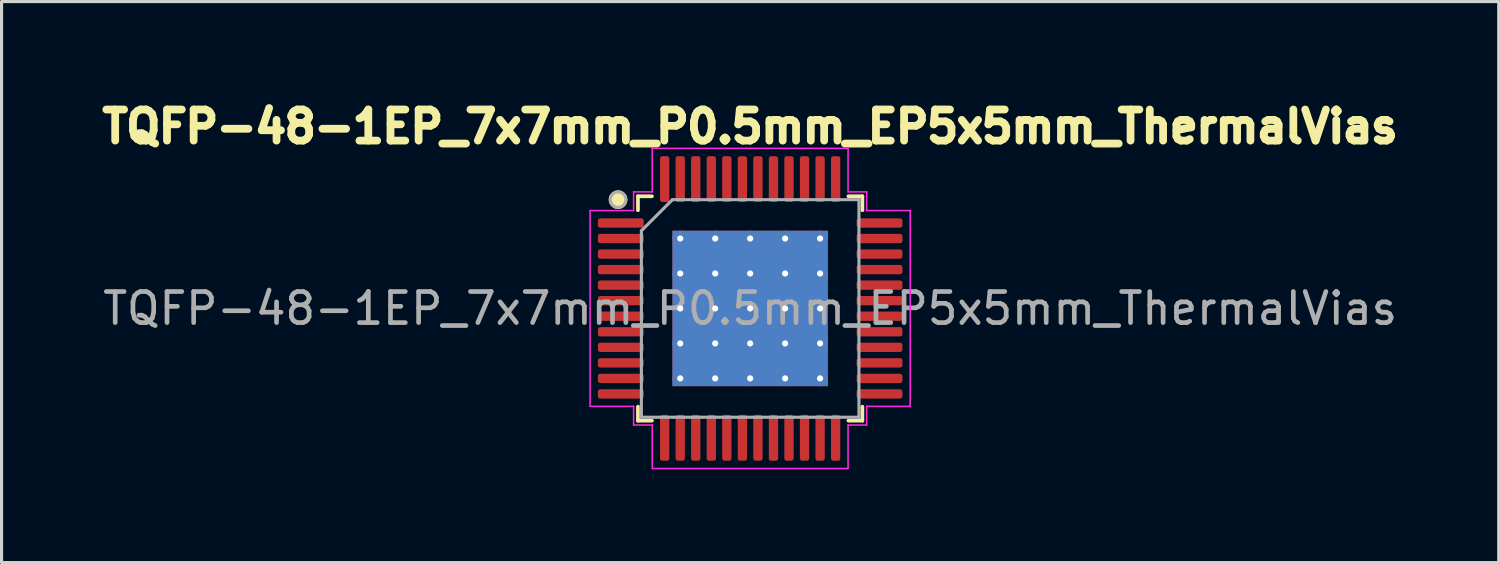
<source format=kicad_pcb>
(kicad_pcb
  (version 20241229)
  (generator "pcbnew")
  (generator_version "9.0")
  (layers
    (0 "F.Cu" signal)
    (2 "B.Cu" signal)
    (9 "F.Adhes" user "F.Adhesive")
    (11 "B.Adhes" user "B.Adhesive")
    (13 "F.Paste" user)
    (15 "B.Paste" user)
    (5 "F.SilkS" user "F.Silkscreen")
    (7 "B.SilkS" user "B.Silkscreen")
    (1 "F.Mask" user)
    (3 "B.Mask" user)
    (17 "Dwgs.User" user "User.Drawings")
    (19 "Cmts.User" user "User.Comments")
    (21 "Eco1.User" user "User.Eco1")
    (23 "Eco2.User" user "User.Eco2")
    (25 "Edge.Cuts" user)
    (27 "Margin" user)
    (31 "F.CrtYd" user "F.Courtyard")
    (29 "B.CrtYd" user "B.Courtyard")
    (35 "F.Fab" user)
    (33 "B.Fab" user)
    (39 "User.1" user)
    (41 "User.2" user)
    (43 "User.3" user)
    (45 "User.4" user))
  (footprint "TQFP-48-1EP_7x7mm_P0.5mm_EP5x5mm_ThermalVias"
    (layer "F.Cu")
    (at 21.085 6.874)
    (property "Reference" "TQFP-48-1EP_7x7mm_P0.5mm_EP5x5mm_ThermalVias" (at 0 -5.85 0) (layer "F.SilkS") (effects (font (size 1 1) (thickness 0.25) (bold yes))))
    (attr smd)
    (fp_line (start -3.61 -3.61) (end -3.61 -3.16) (stroke (width 0.12) (type solid)) (layer "F.SilkS"))
    (fp_line (start -3.61 3.61) (end -3.61 3.16) (stroke (width 0.12) (type solid)) (layer "F.SilkS"))
    (fp_line (start -3.16 -3.61) (end -3.61 -3.61) (stroke (width 0.12) (type solid)) (layer "F.SilkS"))
    (fp_line (start -3.16 3.61) (end -3.61 3.61) (stroke (width 0.12) (type solid)) (layer "F.SilkS"))
    (fp_line (start 3.16 -3.61) (end 3.61 -3.61) (stroke (width 0.12) (type solid)) (layer "F.SilkS"))
    (fp_line (start 3.16 3.61) (end 3.61 3.61) (stroke (width 0.12) (type solid)) (layer "F.SilkS"))
    (fp_line (start 3.61 -3.61) (end 3.61 -3.16) (stroke (width 0.12) (type solid)) (layer "F.SilkS"))
    (fp_line (start 3.61 3.61) (end 3.61 3.16) (stroke (width 0.12) (type solid)) (layer "F.SilkS"))
    (fp_circle (center -4.25 -3.5) (end -4 -3.5) (stroke (width 0.1) (type solid)) (fill yes) (layer "F.SilkS"))
    (fp_line (start -5.15 -3.15) (end -5.15 0) (stroke (width 0.05) (type solid)) (layer "F.CrtYd"))
    (fp_line (start -5.15 3.15) (end -5.15 0) (stroke (width 0.05) (type solid)) (layer "F.CrtYd"))
    (fp_line (start -3.75 -3.75) (end -3.75 -3.15) (stroke (width 0.05) (type solid)) (layer "F.CrtYd"))
    (fp_line (start -3.75 -3.15) (end -5.15 -3.15) (stroke (width 0.05) (type solid)) (layer "F.CrtYd"))
    (fp_line (start -3.75 3.15) (end -5.15 3.15) (stroke (width 0.05) (type solid)) (layer "F.CrtYd"))
    (fp_line (start -3.75 3.75) (end -3.75 3.15) (stroke (width 0.05) (type solid)) (layer "F.CrtYd"))
    (fp_line (start -3.15 -5.15) (end -3.15 -3.75) (stroke (width 0.05) (type solid)) (layer "F.CrtYd"))
    (fp_line (start -3.15 -3.75) (end -3.75 -3.75) (stroke (width 0.05) (type solid)) (layer "F.CrtYd"))
    (fp_line (start -3.15 3.75) (end -3.75 3.75) (stroke (width 0.05) (type solid)) (layer "F.CrtYd"))
    (fp_line (start -3.15 5.15) (end -3.15 3.75) (stroke (width 0.05) (type solid)) (layer "F.CrtYd"))
    (fp_line (start 0 -5.15) (end -3.15 -5.15) (stroke (width 0.05) (type solid)) (layer "F.CrtYd"))
    (fp_line (start 0 -5.15) (end 3.15 -5.15) (stroke (width 0.05) (type solid)) (layer "F.CrtYd"))
    (fp_line (start 0 5.15) (end -3.15 5.15) (stroke (width 0.05) (type solid)) (layer "F.CrtYd"))
    (fp_line (start 0 5.15) (end 3.15 5.15) (stroke (width 0.05) (type solid)) (layer "F.CrtYd"))
    (fp_line (start 3.15 -5.15) (end 3.15 -3.75) (stroke (width 0.05) (type solid)) (layer "F.CrtYd"))
    (fp_line (start 3.15 -3.75) (end 3.75 -3.75) (stroke (width 0.05) (type solid)) (layer "F.CrtYd"))
    (fp_line (start 3.15 3.75) (end 3.75 3.75) (stroke (width 0.05) (type solid)) (layer "F.CrtYd"))
    (fp_line (start 3.15 5.15) (end 3.15 3.75) (stroke (width 0.05) (type solid)) (layer "F.CrtYd"))
    (fp_line (start 3.75 -3.75) (end 3.75 -3.15) (stroke (width 0.05) (type solid)) (layer "F.CrtYd"))
    (fp_line (start 3.75 -3.15) (end 5.15 -3.15) (stroke (width 0.05) (type solid)) (layer "F.CrtYd"))
    (fp_line (start 3.75 3.15) (end 5.15 3.15) (stroke (width 0.05) (type solid)) (layer "F.CrtYd"))
    (fp_line (start 3.75 3.75) (end 3.75 3.15) (stroke (width 0.05) (type solid)) (layer "F.CrtYd"))
    (fp_line (start 5.15 -3.15) (end 5.15 0) (stroke (width 0.05) (type solid)) (layer "F.CrtYd"))
    (fp_line (start 5.15 3.15) (end 5.15 0) (stroke (width 0.05) (type solid)) (layer "F.CrtYd"))
    (fp_line (start -3.5 -2.5) (end -2.5 -3.5) (stroke (width 0.1) (type solid)) (layer "F.Fab"))
    (fp_line (start -3.5 3.5) (end -3.5 -2.5) (stroke (width 0.1) (type solid)) (layer "F.Fab"))
    (fp_line (start -2.5 -3.5) (end 3.5 -3.5) (stroke (width 0.1) (type solid)) (layer "F.Fab"))
    (fp_line (start 3.5 -3.5) (end 3.5 3.5) (stroke (width 0.1) (type solid)) (layer "F.Fab"))
    (fp_line (start 3.5 3.5) (end -3.5 3.5) (stroke (width 0.1) (type solid)) (layer "F.Fab"))
    (fp_circle (center -4.25 -3.5) (end -4 -3.5) (stroke (width 0.1) (type solid)) (fill no) (layer "F.Fab"))
    (fp_text user "${REFERENCE}" (at 0 0 0) (layer "F.Fab") (effects (font (size 1 1) (thickness 0.15))))
    (pad "" smd custom (at -1.688 -1.688) (size 0.891 0.891) (layers "F.Paste") (options (anchor circle)) (primitives (gr_poly (pts (xy -0.387 -0.29) (xy -0.29 -0.387) (xy 0.29 -0.387) (xy 0.387 -0.29) (xy 0.387 0.29) (xy 0.29 0.387) (xy -0.29 0.387) (xy -0.387 0.29)) (width 0.234) (fill yes))))
    (pad "" smd custom (at -1.688 -0.562) (size 0.891 0.891) (layers "F.Paste") (options (anchor circle)) (primitives (gr_poly (pts (xy -0.387 -0.29) (xy -0.29 -0.387) (xy 0.29 -0.387) (xy 0.387 -0.29) (xy 0.387 0.29) (xy 0.29 0.387) (xy -0.29 0.387) (xy -0.387 0.29)) (width 0.234) (fill yes))))
    (pad "" smd custom (at -1.688 0.562) (size 0.891 0.891) (layers "F.Paste") (options (anchor circle)) (primitives (gr_poly (pts (xy -0.387 -0.29) (xy -0.29 -0.387) (xy 0.29 -0.387) (xy 0.387 -0.29) (xy 0.387 0.29) (xy 0.29 0.387) (xy -0.29 0.387) (xy -0.387 0.29)) (width 0.234) (fill yes))))
    (pad "" smd custom (at -1.688 1.688) (size 0.891 0.891) (layers "F.Paste") (options (anchor circle)) (primitives (gr_poly (pts (xy -0.387 -0.29) (xy -0.29 -0.387) (xy 0.29 -0.387) (xy 0.387 -0.29) (xy 0.387 0.29) (xy 0.29 0.387) (xy -0.29 0.387) (xy -0.387 0.29)) (width 0.234) (fill yes))))
    (pad "" smd custom (at -0.562 -1.688) (size 0.891 0.891) (layers "F.Paste") (options (anchor circle)) (primitives (gr_poly (pts (xy -0.387 -0.29) (xy -0.29 -0.387) (xy 0.29 -0.387) (xy 0.387 -0.29) (xy 0.387 0.29) (xy 0.29 0.387) (xy -0.29 0.387) (xy -0.387 0.29)) (width 0.234) (fill yes))))
    (pad "" smd custom (at -0.562 -0.562) (size 0.891 0.891) (layers "F.Paste") (options (anchor circle)) (primitives (gr_poly (pts (xy -0.387 -0.29) (xy -0.29 -0.387) (xy 0.29 -0.387) (xy 0.387 -0.29) (xy 0.387 0.29) (xy 0.29 0.387) (xy -0.29 0.387) (xy -0.387 0.29)) (width 0.234) (fill yes))))
    (pad "" smd custom (at -0.562 0.562) (size 0.891 0.891) (layers "F.Paste") (options (anchor circle)) (primitives (gr_poly (pts (xy -0.387 -0.29) (xy -0.29 -0.387) (xy 0.29 -0.387) (xy 0.387 -0.29) (xy 0.387 0.29) (xy 0.29 0.387) (xy -0.29 0.387) (xy -0.387 0.29)) (width 0.234) (fill yes))))
    (pad "" smd custom (at -0.562 1.688) (size 0.891 0.891) (layers "F.Paste") (options (anchor circle)) (primitives (gr_poly (pts (xy -0.387 -0.29) (xy -0.29 -0.387) (xy 0.29 -0.387) (xy 0.387 -0.29) (xy 0.387 0.29) (xy 0.29 0.387) (xy -0.29 0.387) (xy -0.387 0.29)) (width 0.234) (fill yes))))
    (pad "" smd custom (at 0.562 -1.688) (size 0.891 0.891) (layers "F.Paste") (options (anchor circle)) (primitives (gr_poly (pts (xy -0.387 -0.29) (xy -0.29 -0.387) (xy 0.29 -0.387) (xy 0.387 -0.29) (xy 0.387 0.29) (xy 0.29 0.387) (xy -0.29 0.387) (xy -0.387 0.29)) (width 0.234) (fill yes))))
    (pad "" smd custom (at 0.562 -0.562) (size 0.891 0.891) (layers "F.Paste") (options (anchor circle)) (primitives (gr_poly (pts (xy -0.387 -0.29) (xy -0.29 -0.387) (xy 0.29 -0.387) (xy 0.387 -0.29) (xy 0.387 0.29) (xy 0.29 0.387) (xy -0.29 0.387) (xy -0.387 0.29)) (width 0.234) (fill yes))))
    (pad "" smd custom (at 0.562 0.562) (size 0.891 0.891) (layers "F.Paste") (options (anchor circle)) (primitives (gr_poly (pts (xy -0.387 -0.29) (xy -0.29 -0.387) (xy 0.29 -0.387) (xy 0.387 -0.29) (xy 0.387 0.29) (xy 0.29 0.387) (xy -0.29 0.387) (xy -0.387 0.29)) (width 0.234) (fill yes))))
    (pad "" smd custom (at 0.562 1.688) (size 0.891 0.891) (layers "F.Paste") (options (anchor circle)) (primitives (gr_poly (pts (xy -0.387 -0.29) (xy -0.29 -0.387) (xy 0.29 -0.387) (xy 0.387 -0.29) (xy 0.387 0.29) (xy 0.29 0.387) (xy -0.29 0.387) (xy -0.387 0.29)) (width 0.234) (fill yes))))
    (pad "" smd custom (at 1.688 -1.688) (size 0.891 0.891) (layers "F.Paste") (options (anchor circle)) (primitives (gr_poly (pts (xy -0.387 -0.29) (xy -0.29 -0.387) (xy 0.29 -0.387) (xy 0.387 -0.29) (xy 0.387 0.29) (xy 0.29 0.387) (xy -0.29 0.387) (xy -0.387 0.29)) (width 0.234) (fill yes))))
    (pad "" smd custom (at 1.688 -0.562) (size 0.891 0.891) (layers "F.Paste") (options (anchor circle)) (primitives (gr_poly (pts (xy -0.387 -0.29) (xy -0.29 -0.387) (xy 0.29 -0.387) (xy 0.387 -0.29) (xy 0.387 0.29) (xy 0.29 0.387) (xy -0.29 0.387) (xy -0.387 0.29)) (width 0.234) (fill yes))))
    (pad "" smd custom (at 1.688 0.562) (size 0.891 0.891) (layers "F.Paste") (options (anchor circle)) (primitives (gr_poly (pts (xy -0.387 -0.29) (xy -0.29 -0.387) (xy 0.29 -0.387) (xy 0.387 -0.29) (xy 0.387 0.29) (xy 0.29 0.387) (xy -0.29 0.387) (xy -0.387 0.29)) (width 0.234) (fill yes))))
    (pad "" smd custom (at 1.688 1.688) (size 0.891 0.891) (layers "F.Paste") (options (anchor circle)) (primitives (gr_poly (pts (xy -0.387 -0.29) (xy -0.29 -0.387) (xy 0.29 -0.387) (xy 0.387 -0.29) (xy 0.387 0.29) (xy 0.29 0.387) (xy -0.29 0.387) (xy -0.387 0.29)) (width 0.234) (fill yes))))
    (pad "1" smd roundrect (at -4.162 -2.75) (size 1.475 0.3) (layers "F.Cu" "F.Mask" "F.Paste") (roundrect_rratio 0.25))
    (pad "2" smd roundrect (at -4.162 -2.25) (size 1.475 0.3) (layers "F.Cu" "F.Mask" "F.Paste") (roundrect_rratio 0.25))
    (pad "3" smd roundrect (at -4.162 -1.75) (size 1.475 0.3) (layers "F.Cu" "F.Mask" "F.Paste") (roundrect_rratio 0.25))
    (pad "4" smd roundrect (at -4.162 -1.25) (size 1.475 0.3) (layers "F.Cu" "F.Mask" "F.Paste") (roundrect_rratio 0.25))
    (pad "5" smd roundrect (at -4.162 -0.75) (size 1.475 0.3) (layers "F.Cu" "F.Mask" "F.Paste") (roundrect_rratio 0.25))
    (pad "6" smd roundrect (at -4.162 -0.25) (size 1.475 0.3) (layers "F.Cu" "F.Mask" "F.Paste") (roundrect_rratio 0.25))
    (pad "7" smd roundrect (at -4.162 0.25) (size 1.475 0.3) (layers "F.Cu" "F.Mask" "F.Paste") (roundrect_rratio 0.25))
    (pad "8" smd roundrect (at -4.162 0.75) (size 1.475 0.3) (layers "F.Cu" "F.Mask" "F.Paste") (roundrect_rratio 0.25))
    (pad "9" smd roundrect (at -4.162 1.25) (size 1.475 0.3) (layers "F.Cu" "F.Mask" "F.Paste") (roundrect_rratio 0.25))
    (pad "10" smd roundrect (at -4.162 1.75) (size 1.475 0.3) (layers "F.Cu" "F.Mask" "F.Paste") (roundrect_rratio 0.25))
    (pad "11" smd roundrect (at -4.162 2.25) (size 1.475 0.3) (layers "F.Cu" "F.Mask" "F.Paste") (roundrect_rratio 0.25))
    (pad "12" smd roundrect (at -4.162 2.75) (size 1.475 0.3) (layers "F.Cu" "F.Mask" "F.Paste") (roundrect_rratio 0.25))
    (pad "13" smd roundrect (at -2.75 4.162) (size 0.3 1.475) (layers "F.Cu" "F.Mask" "F.Paste") (roundrect_rratio 0.25))
    (pad "14" smd roundrect (at -2.25 4.162) (size 0.3 1.475) (layers "F.Cu" "F.Mask" "F.Paste") (roundrect_rratio 0.25))
    (pad "15" smd roundrect (at -1.75 4.162) (size 0.3 1.475) (layers "F.Cu" "F.Mask" "F.Paste") (roundrect_rratio 0.25))
    (pad "16" smd roundrect (at -1.25 4.162) (size 0.3 1.475) (layers "F.Cu" "F.Mask" "F.Paste") (roundrect_rratio 0.25))
    (pad "17" smd roundrect (at -0.75 4.162) (size 0.3 1.475) (layers "F.Cu" "F.Mask" "F.Paste") (roundrect_rratio 0.25))
    (pad "18" smd roundrect (at -0.25 4.162) (size 0.3 1.475) (layers "F.Cu" "F.Mask" "F.Paste") (roundrect_rratio 0.25))
    (pad "19" smd roundrect (at 0.25 4.162) (size 0.3 1.475) (layers "F.Cu" "F.Mask" "F.Paste") (roundrect_rratio 0.25))
    (pad "20" smd roundrect (at 0.75 4.162) (size 0.3 1.475) (layers "F.Cu" "F.Mask" "F.Paste") (roundrect_rratio 0.25))
    (pad "21" smd roundrect (at 1.25 4.162) (size 0.3 1.475) (layers "F.Cu" "F.Mask" "F.Paste") (roundrect_rratio 0.25))
    (pad "22" smd roundrect (at 1.75 4.162) (size 0.3 1.475) (layers "F.Cu" "F.Mask" "F.Paste") (roundrect_rratio 0.25))
    (pad "23" smd roundrect (at 2.25 4.162) (size 0.3 1.475) (layers "F.Cu" "F.Mask" "F.Paste") (roundrect_rratio 0.25))
    (pad "24" smd roundrect (at 2.75 4.162) (size 0.3 1.475) (layers "F.Cu" "F.Mask" "F.Paste") (roundrect_rratio 0.25))
    (pad "25" smd roundrect (at 4.162 2.75) (size 1.475 0.3) (layers "F.Cu" "F.Mask" "F.Paste") (roundrect_rratio 0.25))
    (pad "26" smd roundrect (at 4.162 2.25) (size 1.475 0.3) (layers "F.Cu" "F.Mask" "F.Paste") (roundrect_rratio 0.25))
    (pad "27" smd roundrect (at 4.162 1.75) (size 1.475 0.3) (layers "F.Cu" "F.Mask" "F.Paste") (roundrect_rratio 0.25))
    (pad "28" smd roundrect (at 4.162 1.25) (size 1.475 0.3) (layers "F.Cu" "F.Mask" "F.Paste") (roundrect_rratio 0.25))
    (pad "29" smd roundrect (at 4.162 0.75) (size 1.475 0.3) (layers "F.Cu" "F.Mask" "F.Paste") (roundrect_rratio 0.25))
    (pad "30" smd roundrect (at 4.162 0.25) (size 1.475 0.3) (layers "F.Cu" "F.Mask" "F.Paste") (roundrect_rratio 0.25))
    (pad "31" smd roundrect (at 4.162 -0.25) (size 1.475 0.3) (layers "F.Cu" "F.Mask" "F.Paste") (roundrect_rratio 0.25))
    (pad "32" smd roundrect (at 4.162 -0.75) (size 1.475 0.3) (layers "F.Cu" "F.Mask" "F.Paste") (roundrect_rratio 0.25))
    (pad "33" smd roundrect (at 4.162 -1.25) (size 1.475 0.3) (layers "F.Cu" "F.Mask" "F.Paste") (roundrect_rratio 0.25))
    (pad "34" smd roundrect (at 4.162 -1.75) (size 1.475 0.3) (layers "F.Cu" "F.Mask" "F.Paste") (roundrect_rratio 0.25))
    (pad "35" smd roundrect (at 4.162 -2.25) (size 1.475 0.3) (layers "F.Cu" "F.Mask" "F.Paste") (roundrect_rratio 0.25))
    (pad "36" smd roundrect (at 4.162 -2.75) (size 1.475 0.3) (layers "F.Cu" "F.Mask" "F.Paste") (roundrect_rratio 0.25))
    (pad "37" smd roundrect (at 2.75 -4.162) (size 0.3 1.475) (layers "F.Cu" "F.Mask" "F.Paste") (roundrect_rratio 0.25))
    (pad "38" smd roundrect (at 2.25 -4.162) (size 0.3 1.475) (layers "F.Cu" "F.Mask" "F.Paste") (roundrect_rratio 0.25))
    (pad "39" smd roundrect (at 1.75 -4.162) (size 0.3 1.475) (layers "F.Cu" "F.Mask" "F.Paste") (roundrect_rratio 0.25))
    (pad "40" smd roundrect (at 1.25 -4.162) (size 0.3 1.475) (layers "F.Cu" "F.Mask" "F.Paste") (roundrect_rratio 0.25))
    (pad "41" smd roundrect (at 0.75 -4.162) (size 0.3 1.475) (layers "F.Cu" "F.Mask" "F.Paste") (roundrect_rratio 0.25))
    (pad "42" smd roundrect (at 0.25 -4.162) (size 0.3 1.475) (layers "F.Cu" "F.Mask" "F.Paste") (roundrect_rratio 0.25))
    (pad "43" smd roundrect (at -0.25 -4.162) (size 0.3 1.475) (layers "F.Cu" "F.Mask" "F.Paste") (roundrect_rratio 0.25))
    (pad "44" smd roundrect (at -0.75 -4.162) (size 0.3 1.475) (layers "F.Cu" "F.Mask" "F.Paste") (roundrect_rratio 0.25))
    (pad "45" smd roundrect (at -1.25 -4.162) (size 0.3 1.475) (layers "F.Cu" "F.Mask" "F.Paste") (roundrect_rratio 0.25))
    (pad "46" smd roundrect (at -1.75 -4.162) (size 0.3 1.475) (layers "F.Cu" "F.Mask" "F.Paste") (roundrect_rratio 0.25))
    (pad "47" smd roundrect (at -2.25 -4.162) (size 0.3 1.475) (layers "F.Cu" "F.Mask" "F.Paste") (roundrect_rratio 0.25))
    (pad "48" smd roundrect (at -2.75 -4.162) (size 0.3 1.475) (layers "F.Cu" "F.Mask" "F.Paste") (roundrect_rratio 0.25))
    (pad "49" thru_hole circle (at -2.25 -2.25) (size 0.5 0.5) (drill 0.2) (property pad_prop_heatsink) (layers "*.Cu"))
    (pad "49" thru_hole circle (at -2.25 -1.125) (size 0.5 0.5) (drill 0.2) (property pad_prop_heatsink) (layers "*.Cu"))
    (pad "49" thru_hole circle (at -2.25 0) (size 0.5 0.5) (drill 0.2) (property pad_prop_heatsink) (layers "*.Cu"))
    (pad "49" thru_hole circle (at -2.25 1.125) (size 0.5 0.5) (drill 0.2) (property pad_prop_heatsink) (layers "*.Cu"))
    (pad "49" thru_hole circle (at -2.25 2.25) (size 0.5 0.5) (drill 0.2) (property pad_prop_heatsink) (layers "*.Cu"))
    (pad "49" thru_hole circle (at -1.125 -2.25) (size 0.5 0.5) (drill 0.2) (property pad_prop_heatsink) (layers "*.Cu"))
    (pad "49" thru_hole circle (at -1.125 -1.125) (size 0.5 0.5) (drill 0.2) (property pad_prop_heatsink) (layers "*.Cu"))
    (pad "49" thru_hole circle (at -1.125 0) (size 0.5 0.5) (drill 0.2) (property pad_prop_heatsink) (layers "*.Cu"))
    (pad "49" thru_hole circle (at -1.125 1.125) (size 0.5 0.5) (drill 0.2) (property pad_prop_heatsink) (layers "*.Cu"))
    (pad "49" thru_hole circle (at -1.125 2.25) (size 0.5 0.5) (drill 0.2) (property pad_prop_heatsink) (layers "*.Cu"))
    (pad "49" thru_hole circle (at 0 -2.25) (size 0.5 0.5) (drill 0.2) (property pad_prop_heatsink) (layers "*.Cu"))
    (pad "49" thru_hole circle (at 0 -1.125) (size 0.5 0.5) (drill 0.2) (property pad_prop_heatsink) (layers "*.Cu"))
    (pad "49" thru_hole circle (at 0 0) (size 0.5 0.5) (drill 0.2) (property pad_prop_heatsink) (layers "*.Cu"))
    (pad "49" smd rect (at 0 0) (size 5 5) (property pad_prop_heatsink) (layers "F.Cu" "F.Mask"))
    (pad "49" smd rect (at 0 0) (size 5 5) (property pad_prop_heatsink) (layers "B.Cu"))
    (pad "49" thru_hole circle (at 0 1.125) (size 0.5 0.5) (drill 0.2) (property pad_prop_heatsink) (layers "*.Cu"))
    (pad "49" thru_hole circle (at 0 2.25) (size 0.5 0.5) (drill 0.2) (property pad_prop_heatsink) (layers "*.Cu"))
    (pad "49" thru_hole circle (at 1.125 -2.25) (size 0.5 0.5) (drill 0.2) (property pad_prop_heatsink) (layers "*.Cu"))
    (pad "49" thru_hole circle (at 1.125 -1.125) (size 0.5 0.5) (drill 0.2) (property pad_prop_heatsink) (layers "*.Cu"))
    (pad "49" thru_hole circle (at 1.125 0) (size 0.5 0.5) (drill 0.2) (property pad_prop_heatsink) (layers "*.Cu"))
    (pad "49" thru_hole circle (at 1.125 1.125) (size 0.5 0.5) (drill 0.2) (property pad_prop_heatsink) (layers "*.Cu"))
    (pad "49" thru_hole circle (at 1.125 2.25) (size 0.5 0.5) (drill 0.2) (property pad_prop_heatsink) (layers "*.Cu"))
    (pad "49" thru_hole circle (at 2.25 -2.25) (size 0.5 0.5) (drill 0.2) (property pad_prop_heatsink) (layers "*.Cu"))
    (pad "49" thru_hole circle (at 2.25 -1.125) (size 0.5 0.5) (drill 0.2) (property pad_prop_heatsink) (layers "*.Cu"))
    (pad "49" thru_hole circle (at 2.25 0) (size 0.5 0.5) (drill 0.2) (property pad_prop_heatsink) (layers "*.Cu"))
    (pad "49" thru_hole circle (at 2.25 1.125) (size 0.5 0.5) (drill 0.2) (property pad_prop_heatsink) (layers "*.Cu"))
    (pad "49" thru_hole circle (at 2.25 2.25) (size 0.5 0.5) (drill 0.2) (property pad_prop_heatsink) (layers "*.Cu")))
  (gr_rect
    (start -3 -3)
    (end 45.169 15.049)
    (stroke (width 0.1) (type default))
    (fill no)
    (layer "Edge.Cuts")))
</source>
